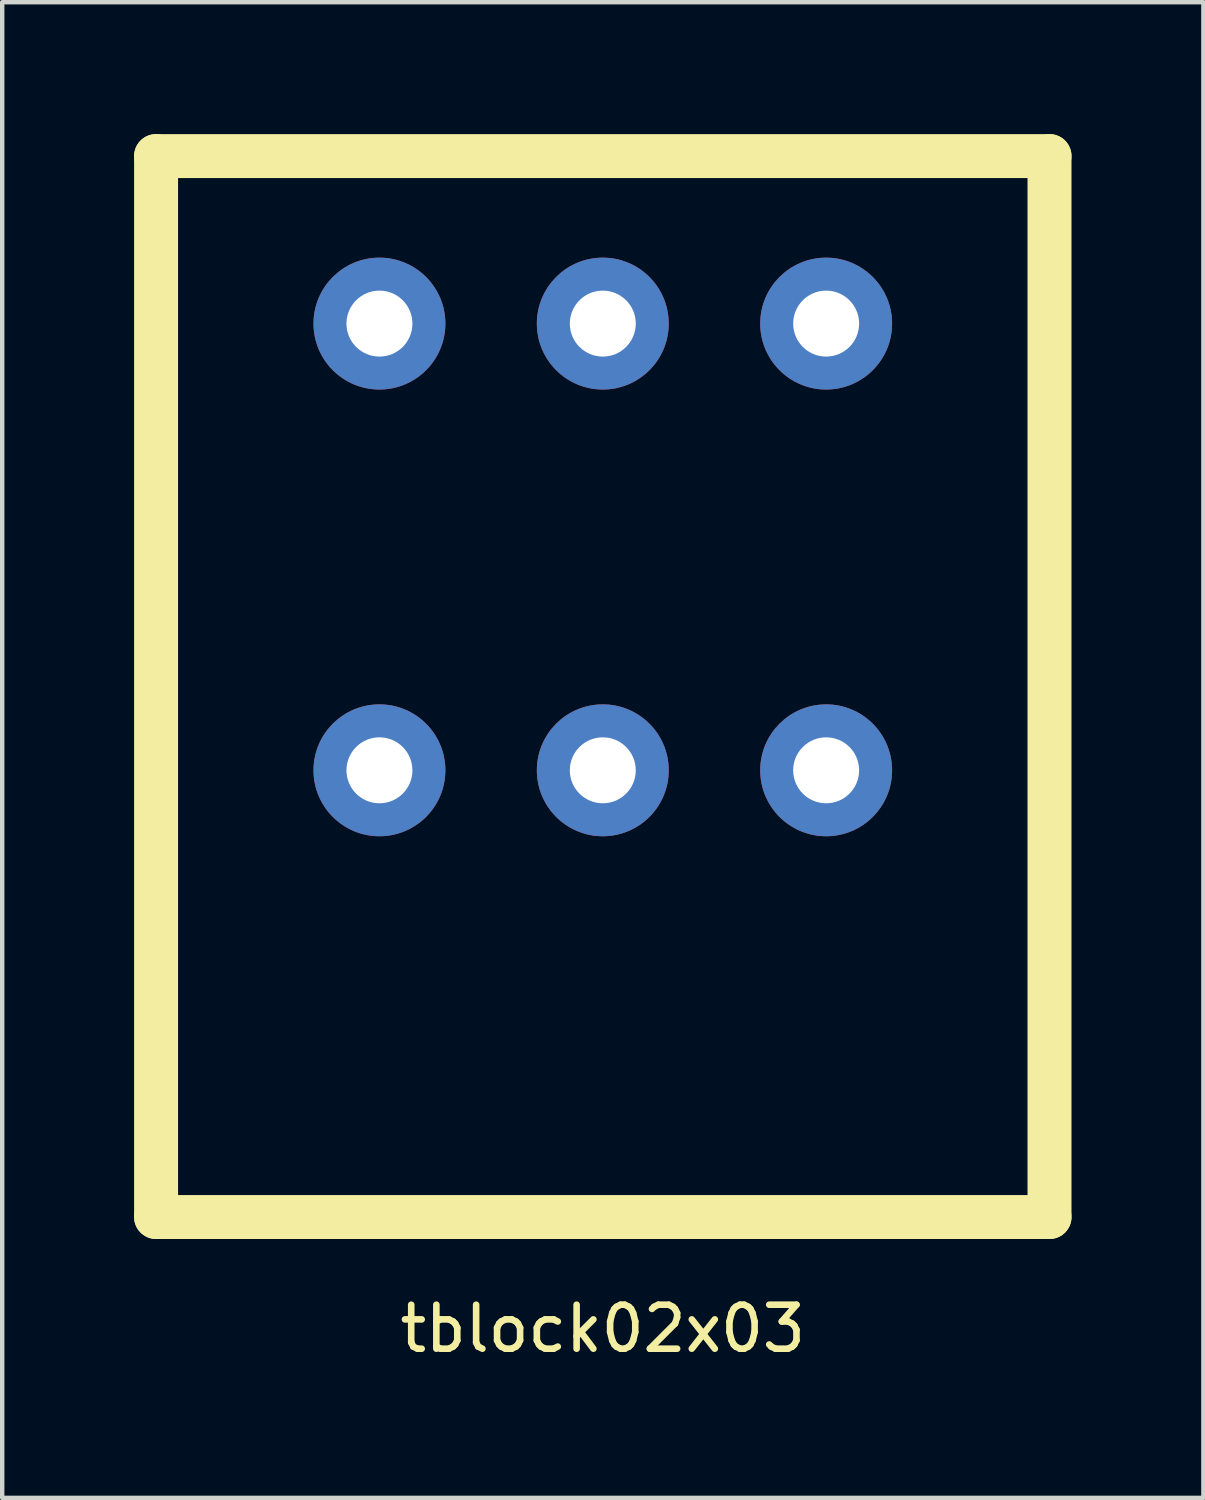
<source format=kicad_pcb>
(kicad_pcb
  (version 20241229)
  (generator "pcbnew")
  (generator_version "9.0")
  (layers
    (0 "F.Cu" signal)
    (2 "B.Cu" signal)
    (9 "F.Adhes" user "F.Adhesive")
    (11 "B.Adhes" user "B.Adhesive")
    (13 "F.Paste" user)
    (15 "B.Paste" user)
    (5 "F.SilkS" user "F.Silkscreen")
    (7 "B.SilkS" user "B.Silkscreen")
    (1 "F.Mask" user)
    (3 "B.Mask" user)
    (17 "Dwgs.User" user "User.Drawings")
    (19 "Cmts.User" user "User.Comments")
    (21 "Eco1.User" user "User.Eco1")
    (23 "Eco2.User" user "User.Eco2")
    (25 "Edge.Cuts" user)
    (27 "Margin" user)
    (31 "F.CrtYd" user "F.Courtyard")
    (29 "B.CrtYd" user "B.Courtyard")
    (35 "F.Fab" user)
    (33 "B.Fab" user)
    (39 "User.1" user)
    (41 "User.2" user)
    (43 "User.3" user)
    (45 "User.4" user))
  (footprint "tblock02x03"
    (layer "F.Cu")
    (at 10.66 14.47)
    (property "Reference" "tblock02x03" (at 0 12.7 0) (layer "F.SilkS") (effects (font (size 1 1) (thickness 0.15))))
    (attr through_hole)
    (fp_line (start -10.16 -13.97) (end -10.16 10.16) (stroke (width 1) (type solid)) (layer "F.SilkS"))
    (fp_line (start -10.16 10.16) (end 10.16 10.16) (stroke (width 1) (type solid)) (layer "F.SilkS"))
    (fp_line (start 10.16 -13.97) (end -10.16 -13.97) (stroke (width 1) (type solid)) (layer "F.SilkS"))
    (fp_line (start 10.16 10.16) (end 10.16 -13.97) (stroke (width 1) (type solid)) (layer "F.SilkS"))
    (pad "1" thru_hole circle (at -5.08 0) (size 3 3) (drill 1.5) (layers "*.Cu" "*.Mask"))
    (pad "2" thru_hole circle (at 0 0) (size 3 3) (drill 1.5) (layers "*.Cu" "*.Mask"))
    (pad "3" thru_hole circle (at 5.08 0) (size 3 3) (drill 1.5) (layers "*.Cu" "*.Mask"))
    (pad "4" thru_hole circle (at 5.08 -10.16) (size 3 3) (drill 1.5) (layers "*.Cu" "*.Mask"))
    (pad "5" thru_hole circle (at 0 -10.16) (size 3 3) (drill 1.5) (layers "*.Cu" "*.Mask"))
    (pad "6" thru_hole circle (at -5.08 -10.16) (size 3 3) (drill 1.5) (layers "*.Cu" "*.Mask")))
  (gr_rect
    (start -3 -3)
    (end 24.32 31.018)
    (stroke (width 0.1) (type default))
    (fill no)
    (layer "Edge.Cuts")))
</source>
